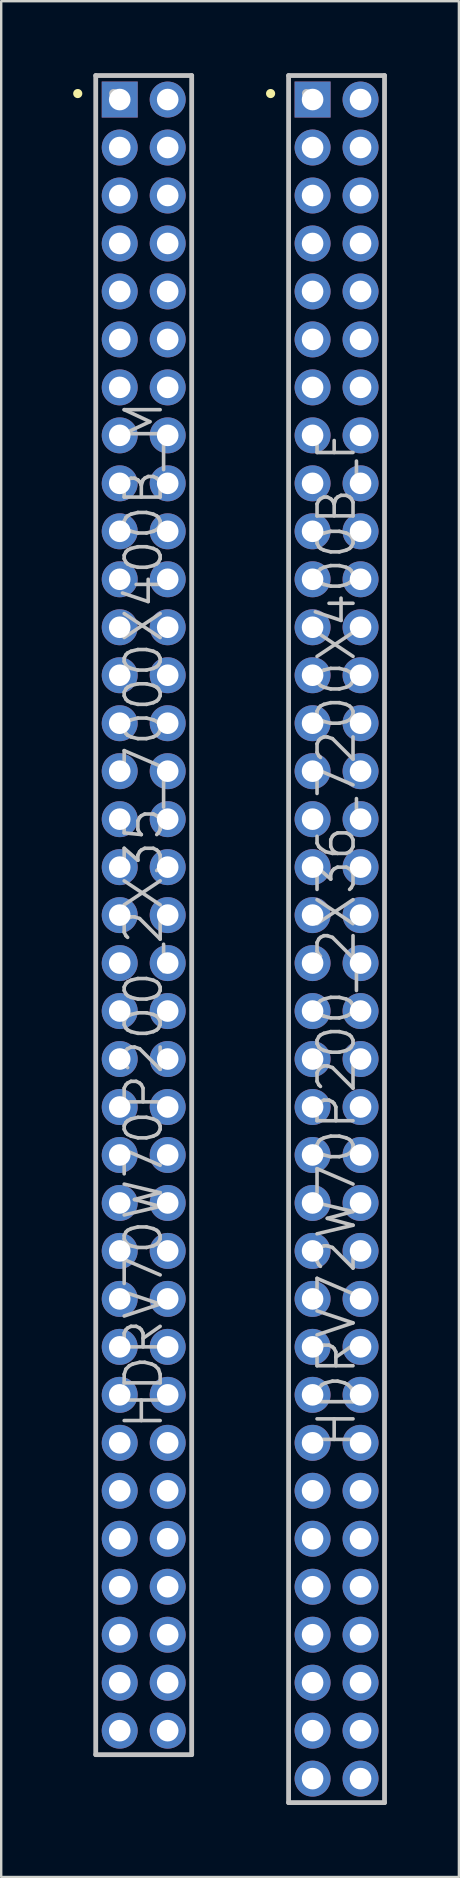
<source format=kicad_pcb>
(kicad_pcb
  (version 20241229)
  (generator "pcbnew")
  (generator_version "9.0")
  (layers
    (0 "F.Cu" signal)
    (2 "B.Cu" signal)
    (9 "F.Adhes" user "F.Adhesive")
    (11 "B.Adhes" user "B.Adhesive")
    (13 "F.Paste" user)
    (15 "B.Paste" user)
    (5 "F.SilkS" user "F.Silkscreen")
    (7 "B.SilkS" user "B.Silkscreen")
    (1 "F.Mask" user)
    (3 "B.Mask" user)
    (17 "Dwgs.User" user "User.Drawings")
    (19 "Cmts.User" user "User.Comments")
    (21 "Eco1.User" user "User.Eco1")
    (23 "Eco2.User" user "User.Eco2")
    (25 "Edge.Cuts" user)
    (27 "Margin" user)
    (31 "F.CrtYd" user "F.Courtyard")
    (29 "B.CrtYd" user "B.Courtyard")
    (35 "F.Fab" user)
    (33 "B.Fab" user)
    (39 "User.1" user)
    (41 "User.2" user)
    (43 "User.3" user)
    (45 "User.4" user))
  (footprint "HDRV72W70P200_2X36_7200X400B_F"
    (layer "F.Cu")
    (at 10.981 36.1)
    (property "Reference" "HDRV72W70P200_2X36_7200X400B_F" (at 0 0 90) (layer "Dwgs.User") (effects (font (size 1.5 1.5) (thickness 0.15))))
    (attr through_hole)
    (fp_line (start -2.75 -35.25) (end -2.75 -35.25) (stroke (width 0.381) (type solid)) (layer "F.SilkS"))
    (fp_line (start -2 -36) (end -2 36) (stroke (width 0.2) (type solid)) (layer "Dwgs.User"))
    (fp_line (start -2 -36) (end 2 -36) (stroke (width 0.2) (type solid)) (layer "Dwgs.User"))
    (fp_line (start -2 36) (end 2 36) (stroke (width 0.2) (type solid)) (layer "Dwgs.User"))
    (fp_line (start -1.25 -35.25) (end -1.25 -35.25) (stroke (width 0.381) (type solid)) (layer "Dwgs.User"))
    (fp_line (start 2 -36) (end 2 36) (stroke (width 0.2) (type solid)) (layer "Dwgs.User"))
    (pad "1" thru_hole rect (at -1 -35) (size 1.5 1.5) (drill 0.9) (layers "*.Cu" "*.Mask"))
    (pad "2" thru_hole circle (at 1 -35 270) (size 1.5 1.5) (drill 0.9) (layers "*.Cu" "*.Mask"))
    (pad "3" thru_hole circle (at -1 -33 270) (size 1.5 1.5) (drill 0.9) (layers "*.Cu" "*.Mask"))
    (pad "4" thru_hole circle (at 1 -33 270) (size 1.5 1.5) (drill 0.9) (layers "*.Cu" "*.Mask"))
    (pad "5" thru_hole circle (at -1 -31 270) (size 1.5 1.5) (drill 0.9) (layers "*.Cu" "*.Mask"))
    (pad "6" thru_hole circle (at 1 -31 270) (size 1.5 1.5) (drill 0.9) (layers "*.Cu" "*.Mask"))
    (pad "7" thru_hole circle (at -1 -29 270) (size 1.5 1.5) (drill 0.9) (layers "*.Cu" "*.Mask"))
    (pad "8" thru_hole circle (at 1 -29 270) (size 1.5 1.5) (drill 0.9) (layers "*.Cu" "*.Mask"))
    (pad "9" thru_hole circle (at -1 -27 270) (size 1.5 1.5) (drill 0.9) (layers "*.Cu" "*.Mask"))
    (pad "10" thru_hole circle (at 1 -27 270) (size 1.5 1.5) (drill 0.9) (layers "*.Cu" "*.Mask"))
    (pad "11" thru_hole circle (at -1 -25 270) (size 1.5 1.5) (drill 0.9) (layers "*.Cu" "*.Mask"))
    (pad "12" thru_hole circle (at 1 -25 270) (size 1.5 1.5) (drill 0.9) (layers "*.Cu" "*.Mask"))
    (pad "13" thru_hole circle (at -1 -23 270) (size 1.5 1.5) (drill 0.9) (layers "*.Cu" "*.Mask"))
    (pad "14" thru_hole circle (at 1 -23 270) (size 1.5 1.5) (drill 0.9) (layers "*.Cu" "*.Mask"))
    (pad "15" thru_hole circle (at -1 -21 270) (size 1.5 1.5) (drill 0.9) (layers "*.Cu" "*.Mask"))
    (pad "16" thru_hole circle (at 1 -21 270) (size 1.5 1.5) (drill 0.9) (layers "*.Cu" "*.Mask"))
    (pad "17" thru_hole circle (at -1 -19 270) (size 1.5 1.5) (drill 0.9) (layers "*.Cu" "*.Mask"))
    (pad "18" thru_hole circle (at 1 -19 270) (size 1.5 1.5) (drill 0.9) (layers "*.Cu" "*.Mask"))
    (pad "19" thru_hole circle (at -1 -17 270) (size 1.5 1.5) (drill 0.9) (layers "*.Cu" "*.Mask"))
    (pad "20" thru_hole circle (at 1 -17 270) (size 1.5 1.5) (drill 0.9) (layers "*.Cu" "*.Mask"))
    (pad "21" thru_hole circle (at -1 -15 270) (size 1.5 1.5) (drill 0.9) (layers "*.Cu" "*.Mask"))
    (pad "22" thru_hole circle (at 1 -15 270) (size 1.5 1.5) (drill 0.9) (layers "*.Cu" "*.Mask"))
    (pad "23" thru_hole circle (at -1 -13 270) (size 1.5 1.5) (drill 0.9) (layers "*.Cu" "*.Mask"))
    (pad "24" thru_hole circle (at 1 -13 270) (size 1.5 1.5) (drill 0.9) (layers "*.Cu" "*.Mask"))
    (pad "25" thru_hole circle (at -1 -11 270) (size 1.5 1.5) (drill 0.9) (layers "*.Cu" "*.Mask"))
    (pad "26" thru_hole circle (at 1 -11 270) (size 1.5 1.5) (drill 0.9) (layers "*.Cu" "*.Mask"))
    (pad "27" thru_hole circle (at -1 -9 270) (size 1.5 1.5) (drill 0.9) (layers "*.Cu" "*.Mask"))
    (pad "28" thru_hole circle (at 1 -9 270) (size 1.5 1.5) (drill 0.9) (layers "*.Cu" "*.Mask"))
    (pad "29" thru_hole circle (at -1 -7 270) (size 1.5 1.5) (drill 0.9) (layers "*.Cu" "*.Mask"))
    (pad "30" thru_hole circle (at 1 -7 270) (size 1.5 1.5) (drill 0.9) (layers "*.Cu" "*.Mask"))
    (pad "31" thru_hole circle (at -1 -5 270) (size 1.5 1.5) (drill 0.9) (layers "*.Cu" "*.Mask"))
    (pad "32" thru_hole circle (at 1 -5 270) (size 1.5 1.5) (drill 0.9) (layers "*.Cu" "*.Mask"))
    (pad "33" thru_hole circle (at -1 -3 270) (size 1.5 1.5) (drill 0.9) (layers "*.Cu" "*.Mask"))
    (pad "34" thru_hole circle (at 1 -3 270) (size 1.5 1.5) (drill 0.9) (layers "*.Cu" "*.Mask"))
    (pad "35" thru_hole circle (at -1 -1 270) (size 1.5 1.5) (drill 0.9) (layers "*.Cu" "*.Mask"))
    (pad "36" thru_hole circle (at 1 -1 270) (size 1.5 1.5) (drill 0.9) (layers "*.Cu" "*.Mask"))
    (pad "37" thru_hole circle (at -1 1 270) (size 1.5 1.5) (drill 0.9) (layers "*.Cu" "*.Mask"))
    (pad "38" thru_hole circle (at 1 1 270) (size 1.5 1.5) (drill 0.9) (layers "*.Cu" "*.Mask"))
    (pad "39" thru_hole circle (at -1 3 270) (size 1.5 1.5) (drill 0.9) (layers "*.Cu" "*.Mask"))
    (pad "40" thru_hole circle (at 1 3 270) (size 1.5 1.5) (drill 0.9) (layers "*.Cu" "*.Mask"))
    (pad "41" thru_hole circle (at -1 5 270) (size 1.5 1.5) (drill 0.9) (layers "*.Cu" "*.Mask"))
    (pad "42" thru_hole circle (at 1 5 270) (size 1.5 1.5) (drill 0.9) (layers "*.Cu" "*.Mask"))
    (pad "43" thru_hole circle (at -1 7 270) (size 1.5 1.5) (drill 0.9) (layers "*.Cu" "*.Mask"))
    (pad "44" thru_hole circle (at 1 7 270) (size 1.5 1.5) (drill 0.9) (layers "*.Cu" "*.Mask"))
    (pad "45" thru_hole circle (at -1 9 270) (size 1.5 1.5) (drill 0.9) (layers "*.Cu" "*.Mask"))
    (pad "46" thru_hole circle (at 1 9 270) (size 1.5 1.5) (drill 0.9) (layers "*.Cu" "*.Mask"))
    (pad "47" thru_hole circle (at -1 11 270) (size 1.5 1.5) (drill 0.9) (layers "*.Cu" "*.Mask"))
    (pad "48" thru_hole circle (at 1 11 270) (size 1.5 1.5) (drill 0.9) (layers "*.Cu" "*.Mask"))
    (pad "49" thru_hole circle (at -1 13 270) (size 1.5 1.5) (drill 0.9) (layers "*.Cu" "*.Mask"))
    (pad "50" thru_hole circle (at 1 13 270) (size 1.5 1.5) (drill 0.9) (layers "*.Cu" "*.Mask"))
    (pad "51" thru_hole circle (at -1 15 270) (size 1.5 1.5) (drill 0.9) (layers "*.Cu" "*.Mask"))
    (pad "52" thru_hole circle (at 1 15 270) (size 1.5 1.5) (drill 0.9) (layers "*.Cu" "*.Mask"))
    (pad "53" thru_hole circle (at -1 17 270) (size 1.5 1.5) (drill 0.9) (layers "*.Cu" "*.Mask"))
    (pad "54" thru_hole circle (at 1 17 270) (size 1.5 1.5) (drill 0.9) (layers "*.Cu" "*.Mask"))
    (pad "55" thru_hole circle (at -1 19 270) (size 1.5 1.5) (drill 0.9) (layers "*.Cu" "*.Mask"))
    (pad "56" thru_hole circle (at 1 19 270) (size 1.5 1.5) (drill 0.9) (layers "*.Cu" "*.Mask"))
    (pad "57" thru_hole circle (at -1 21 270) (size 1.5 1.5) (drill 0.9) (layers "*.Cu" "*.Mask"))
    (pad "58" thru_hole circle (at 1 21 270) (size 1.5 1.5) (drill 0.9) (layers "*.Cu" "*.Mask"))
    (pad "59" thru_hole circle (at -1 23 270) (size 1.5 1.5) (drill 0.9) (layers "*.Cu" "*.Mask"))
    (pad "60" thru_hole circle (at 1 23 270) (size 1.5 1.5) (drill 0.9) (layers "*.Cu" "*.Mask"))
    (pad "61" thru_hole circle (at -1 25 270) (size 1.5 1.5) (drill 0.9) (layers "*.Cu" "*.Mask"))
    (pad "62" thru_hole circle (at 1 25 270) (size 1.5 1.5) (drill 0.9) (layers "*.Cu" "*.Mask"))
    (pad "63" thru_hole circle (at -1 27 270) (size 1.5 1.5) (drill 0.9) (layers "*.Cu" "*.Mask"))
    (pad "64" thru_hole circle (at 1 27 270) (size 1.5 1.5) (drill 0.9) (layers "*.Cu" "*.Mask"))
    (pad "65" thru_hole circle (at -1 29 270) (size 1.5 1.5) (drill 0.9) (layers "*.Cu" "*.Mask"))
    (pad "66" thru_hole circle (at 1 29 270) (size 1.5 1.5) (drill 0.9) (layers "*.Cu" "*.Mask"))
    (pad "67" thru_hole circle (at -1 31 270) (size 1.5 1.5) (drill 0.9) (layers "*.Cu" "*.Mask"))
    (pad "68" thru_hole circle (at 1 31 270) (size 1.5 1.5) (drill 0.9) (layers "*.Cu" "*.Mask"))
    (pad "69" thru_hole circle (at -1 33 270) (size 1.5 1.5) (drill 0.9) (layers "*.Cu" "*.Mask"))
    (pad "70" thru_hole circle (at 1 33 270) (size 1.5 1.5) (drill 0.9) (layers "*.Cu" "*.Mask"))
    (pad "71" thru_hole circle (at -1 35 270) (size 1.5 1.5) (drill 0.9) (layers "*.Cu" "*.Mask"))
    (pad "72" thru_hole circle (at 1 35 270) (size 1.5 1.5) (drill 0.9) (layers "*.Cu" "*.Mask")))
  (footprint "HDRV70W70P200_2X35_7000X400B_M"
    (layer "F.Cu")
    (at 2.941 35.1)
    (property "Reference" "HDRV70W70P200_2X35_7000X400B_M" (at 0 0 90) (layer "Dwgs.User") (effects (font (size 1.5 1.5) (thickness 0.15))))
    (attr through_hole)
    (fp_line (start -2.75 -34.25) (end -2.75 -34.25) (stroke (width 0.381) (type solid)) (layer "F.SilkS"))
    (fp_line (start -2 -35) (end -2 35) (stroke (width 0.2) (type solid)) (layer "Dwgs.User"))
    (fp_line (start -2 -35) (end 2 -35) (stroke (width 0.2) (type solid)) (layer "Dwgs.User"))
    (fp_line (start -2 35) (end 2 35) (stroke (width 0.2) (type solid)) (layer "Dwgs.User"))
    (fp_line (start -1.25 -34.25) (end -1.25 -34.25) (stroke (width 0.381) (type solid)) (layer "Dwgs.User"))
    (fp_line (start 2 -35) (end 2 35) (stroke (width 0.2) (type solid)) (layer "Dwgs.User"))
    (pad "1" thru_hole rect (at -1 -34) (size 1.5 1.5) (drill 0.9) (layers "*.Cu" "*.Mask"))
    (pad "2" thru_hole circle (at 1 -34 270) (size 1.5 1.5) (drill 0.9) (layers "*.Cu" "*.Mask"))
    (pad "3" thru_hole circle (at -1 -32 270) (size 1.5 1.5) (drill 0.9) (layers "*.Cu" "*.Mask"))
    (pad "4" thru_hole circle (at 1 -32 270) (size 1.5 1.5) (drill 0.9) (layers "*.Cu" "*.Mask"))
    (pad "5" thru_hole circle (at -1 -30 270) (size 1.5 1.5) (drill 0.9) (layers "*.Cu" "*.Mask"))
    (pad "6" thru_hole circle (at 1 -30 270) (size 1.5 1.5) (drill 0.9) (layers "*.Cu" "*.Mask"))
    (pad "7" thru_hole circle (at -1 -28 270) (size 1.5 1.5) (drill 0.9) (layers "*.Cu" "*.Mask"))
    (pad "8" thru_hole circle (at 1 -28 270) (size 1.5 1.5) (drill 0.9) (layers "*.Cu" "*.Mask"))
    (pad "9" thru_hole circle (at -1 -26 270) (size 1.5 1.5) (drill 0.9) (layers "*.Cu" "*.Mask"))
    (pad "10" thru_hole circle (at 1 -26 270) (size 1.5 1.5) (drill 0.9) (layers "*.Cu" "*.Mask"))
    (pad "11" thru_hole circle (at -1 -24 270) (size 1.5 1.5) (drill 0.9) (layers "*.Cu" "*.Mask"))
    (pad "12" thru_hole circle (at 1 -24 270) (size 1.5 1.5) (drill 0.9) (layers "*.Cu" "*.Mask"))
    (pad "13" thru_hole circle (at -1 -22 270) (size 1.5 1.5) (drill 0.9) (layers "*.Cu" "*.Mask"))
    (pad "14" thru_hole circle (at 1 -22 270) (size 1.5 1.5) (drill 0.9) (layers "*.Cu" "*.Mask"))
    (pad "15" thru_hole circle (at -1 -20 270) (size 1.5 1.5) (drill 0.9) (layers "*.Cu" "*.Mask"))
    (pad "16" thru_hole circle (at 1 -20 270) (size 1.5 1.5) (drill 0.9) (layers "*.Cu" "*.Mask"))
    (pad "17" thru_hole circle (at -1 -18 270) (size 1.5 1.5) (drill 0.9) (layers "*.Cu" "*.Mask"))
    (pad "18" thru_hole circle (at 1 -18 270) (size 1.5 1.5) (drill 0.9) (layers "*.Cu" "*.Mask"))
    (pad "19" thru_hole circle (at -1 -16 270) (size 1.5 1.5) (drill 0.9) (layers "*.Cu" "*.Mask"))
    (pad "20" thru_hole circle (at 1 -16 270) (size 1.5 1.5) (drill 0.9) (layers "*.Cu" "*.Mask"))
    (pad "21" thru_hole circle (at -1 -14 270) (size 1.5 1.5) (drill 0.9) (layers "*.Cu" "*.Mask"))
    (pad "22" thru_hole circle (at 1 -14 270) (size 1.5 1.5) (drill 0.9) (layers "*.Cu" "*.Mask"))
    (pad "23" thru_hole circle (at -1 -12 270) (size 1.5 1.5) (drill 0.9) (layers "*.Cu" "*.Mask"))
    (pad "24" thru_hole circle (at 1 -12 270) (size 1.5 1.5) (drill 0.9) (layers "*.Cu" "*.Mask"))
    (pad "25" thru_hole circle (at -1 -10 270) (size 1.5 1.5) (drill 0.9) (layers "*.Cu" "*.Mask"))
    (pad "26" thru_hole circle (at 1 -10 270) (size 1.5 1.5) (drill 0.9) (layers "*.Cu" "*.Mask"))
    (pad "27" thru_hole circle (at -1 -8 270) (size 1.5 1.5) (drill 0.9) (layers "*.Cu" "*.Mask"))
    (pad "28" thru_hole circle (at 1 -8 270) (size 1.5 1.5) (drill 0.9) (layers "*.Cu" "*.Mask"))
    (pad "29" thru_hole circle (at -1 -6 270) (size 1.5 1.5) (drill 0.9) (layers "*.Cu" "*.Mask"))
    (pad "30" thru_hole circle (at 1 -6 270) (size 1.5 1.5) (drill 0.9) (layers "*.Cu" "*.Mask"))
    (pad "31" thru_hole circle (at -1 -4 270) (size 1.5 1.5) (drill 0.9) (layers "*.Cu" "*.Mask"))
    (pad "32" thru_hole circle (at 1 -4 270) (size 1.5 1.5) (drill 0.9) (layers "*.Cu" "*.Mask"))
    (pad "33" thru_hole circle (at -1 -2 270) (size 1.5 1.5) (drill 0.9) (layers "*.Cu" "*.Mask"))
    (pad "34" thru_hole circle (at 1 -2 270) (size 1.5 1.5) (drill 0.9) (layers "*.Cu" "*.Mask"))
    (pad "35" thru_hole circle (at -1 0 270) (size 1.5 1.5) (drill 0.9) (layers "*.Cu" "*.Mask"))
    (pad "36" thru_hole circle (at 1 0 270) (size 1.5 1.5) (drill 0.9) (layers "*.Cu" "*.Mask"))
    (pad "37" thru_hole circle (at -1 2 270) (size 1.5 1.5) (drill 0.9) (layers "*.Cu" "*.Mask"))
    (pad "38" thru_hole circle (at 1 2 270) (size 1.5 1.5) (drill 0.9) (layers "*.Cu" "*.Mask"))
    (pad "39" thru_hole circle (at -1 4 270) (size 1.5 1.5) (drill 0.9) (layers "*.Cu" "*.Mask"))
    (pad "40" thru_hole circle (at 1 4 270) (size 1.5 1.5) (drill 0.9) (layers "*.Cu" "*.Mask"))
    (pad "41" thru_hole circle (at -1 6 270) (size 1.5 1.5) (drill 0.9) (layers "*.Cu" "*.Mask"))
    (pad "42" thru_hole circle (at 1 6 270) (size 1.5 1.5) (drill 0.9) (layers "*.Cu" "*.Mask"))
    (pad "43" thru_hole circle (at -1 8 270) (size 1.5 1.5) (drill 0.9) (layers "*.Cu" "*.Mask"))
    (pad "44" thru_hole circle (at 1 8 270) (size 1.5 1.5) (drill 0.9) (layers "*.Cu" "*.Mask"))
    (pad "45" thru_hole circle (at -1 10 270) (size 1.5 1.5) (drill 0.9) (layers "*.Cu" "*.Mask"))
    (pad "46" thru_hole circle (at 1 10 270) (size 1.5 1.5) (drill 0.9) (layers "*.Cu" "*.Mask"))
    (pad "47" thru_hole circle (at -1 12 270) (size 1.5 1.5) (drill 0.9) (layers "*.Cu" "*.Mask"))
    (pad "48" thru_hole circle (at 1 12 270) (size 1.5 1.5) (drill 0.9) (layers "*.Cu" "*.Mask"))
    (pad "49" thru_hole circle (at -1 14 270) (size 1.5 1.5) (drill 0.9) (layers "*.Cu" "*.Mask"))
    (pad "50" thru_hole circle (at 1 14 270) (size 1.5 1.5) (drill 0.9) (layers "*.Cu" "*.Mask"))
    (pad "51" thru_hole circle (at -1 16 270) (size 1.5 1.5) (drill 0.9) (layers "*.Cu" "*.Mask"))
    (pad "52" thru_hole circle (at 1 16 270) (size 1.5 1.5) (drill 0.9) (layers "*.Cu" "*.Mask"))
    (pad "53" thru_hole circle (at -1 18 270) (size 1.5 1.5) (drill 0.9) (layers "*.Cu" "*.Mask"))
    (pad "54" thru_hole circle (at 1 18 270) (size 1.5 1.5) (drill 0.9) (layers "*.Cu" "*.Mask"))
    (pad "55" thru_hole circle (at -1 20 270) (size 1.5 1.5) (drill 0.9) (layers "*.Cu" "*.Mask"))
    (pad "56" thru_hole circle (at 1 20 270) (size 1.5 1.5) (drill 0.9) (layers "*.Cu" "*.Mask"))
    (pad "57" thru_hole circle (at -1 22 270) (size 1.5 1.5) (drill 0.9) (layers "*.Cu" "*.Mask"))
    (pad "58" thru_hole circle (at 1 22 270) (size 1.5 1.5) (drill 0.9) (layers "*.Cu" "*.Mask"))
    (pad "59" thru_hole circle (at -1 24 270) (size 1.5 1.5) (drill 0.9) (layers "*.Cu" "*.Mask"))
    (pad "60" thru_hole circle (at 1 24 270) (size 1.5 1.5) (drill 0.9) (layers "*.Cu" "*.Mask"))
    (pad "61" thru_hole circle (at -1 26 270) (size 1.5 1.5) (drill 0.9) (layers "*.Cu" "*.Mask"))
    (pad "62" thru_hole circle (at 1 26 270) (size 1.5 1.5) (drill 0.9) (layers "*.Cu" "*.Mask"))
    (pad "63" thru_hole circle (at -1 28 270) (size 1.5 1.5) (drill 0.9) (layers "*.Cu" "*.Mask"))
    (pad "64" thru_hole circle (at 1 28 270) (size 1.5 1.5) (drill 0.9) (layers "*.Cu" "*.Mask"))
    (pad "65" thru_hole circle (at -1 30 270) (size 1.5 1.5) (drill 0.9) (layers "*.Cu" "*.Mask"))
    (pad "66" thru_hole circle (at 1 30 270) (size 1.5 1.5) (drill 0.9) (layers "*.Cu" "*.Mask"))
    (pad "67" thru_hole circle (at -1 32 270) (size 1.5 1.5) (drill 0.9) (layers "*.Cu" "*.Mask"))
    (pad "68" thru_hole circle (at 1 32 270) (size 1.5 1.5) (drill 0.9) (layers "*.Cu" "*.Mask"))
    (pad "69" thru_hole circle (at -1 34 270) (size 1.5 1.5) (drill 0.9) (layers "*.Cu" "*.Mask"))
    (pad "70" thru_hole circle (at 1 34 270) (size 1.5 1.5) (drill 0.9) (layers "*.Cu" "*.Mask")))
  (gr_rect
    (start -3 -3)
    (end 16.081 75.2)
    (stroke (width 0.1) (type default))
    (fill no)
    (layer "Edge.Cuts")))
</source>
